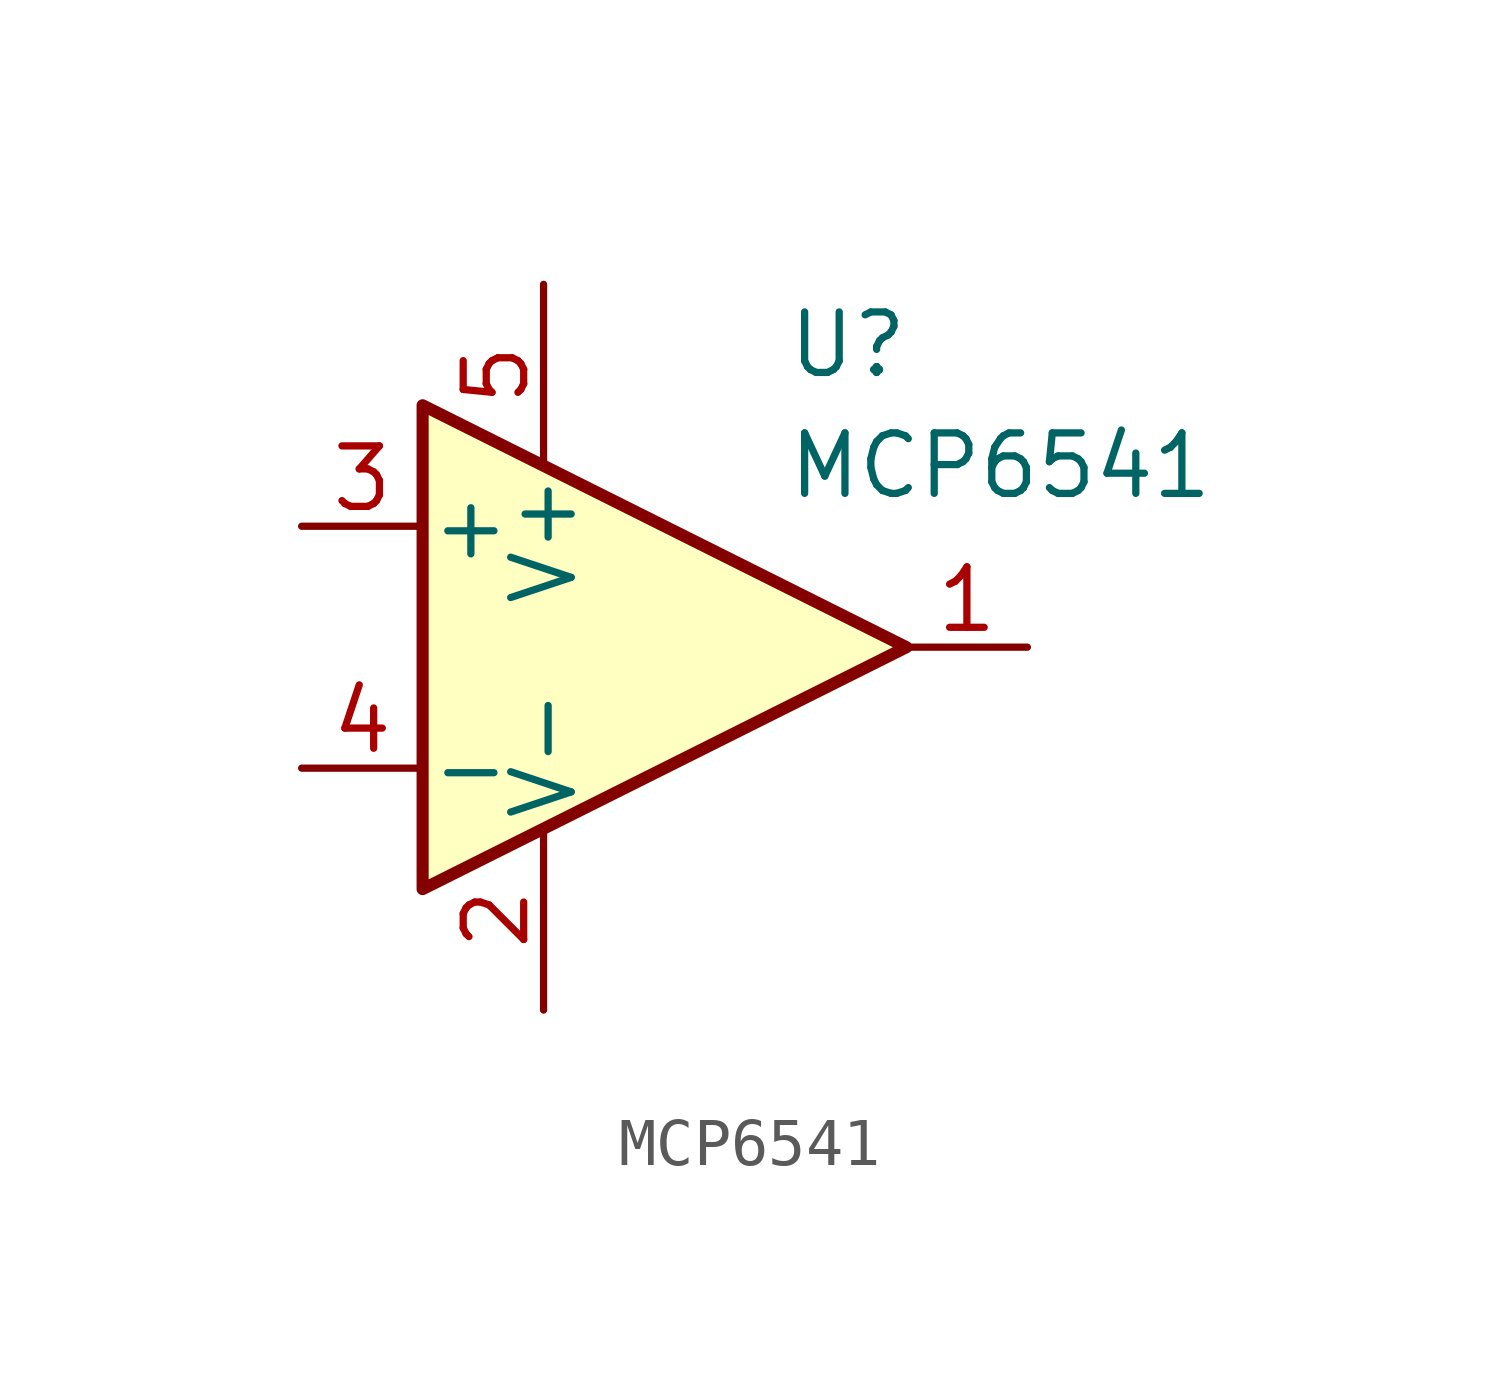
<source format=kicad_sym>
(kicad_symbol_lib
  (version 20220914)
  (generator kicad_symbol_editor)
  (symbol "MCP6541"
    (pin_names
      (offset 0.127))
    (property "Reference" "U"
      (at 2.54 6.35 0)
      (effects (font (size 1.27 1.27)) (justify left)))
    (property "Value" "MCP6541"
      (at 2.54 3.81 0)
      (effects (font (size 1.27 1.27)) (justify left)))
    (symbol "MCP6541_1_1"
      (polyline (pts (xy 5.08 0) (xy -5.08 5.08) (xy -5.08 -5.08) (xy 5.08 0)) (stroke (width 0.254) (type default)) (fill (type background)))
      (pin output line (at 7.62 0 180) (length 2.54) (name "~" (effects (font (size 1.27 1.27)))) (number "1" (effects (font (size 1.27 1.27)))))
      (pin power_in line (at -2.54 -7.62 90) (length 3.81) (name "V-" (effects (font (size 1.27 1.27)))) (number "2" (effects (font (size 1.27 1.27)))))
      (pin input line (at -7.62 2.54 0) (length 2.54) (name "+" (effects (font (size 1.27 1.27)))) (number "3" (effects (font (size 1.27 1.27)))))
      (pin input line (at -7.62 -2.54 0) (length 2.54) (name "-" (effects (font (size 1.27 1.27)))) (number "4" (effects (font (size 1.27 1.27)))))
      (pin power_in line (at -2.54 7.62 270) (length 3.81) (name "V+" (effects (font (size 1.27 1.27)))) (number "5" (effects (font (size 1.27 1.27))))))))
</source>
